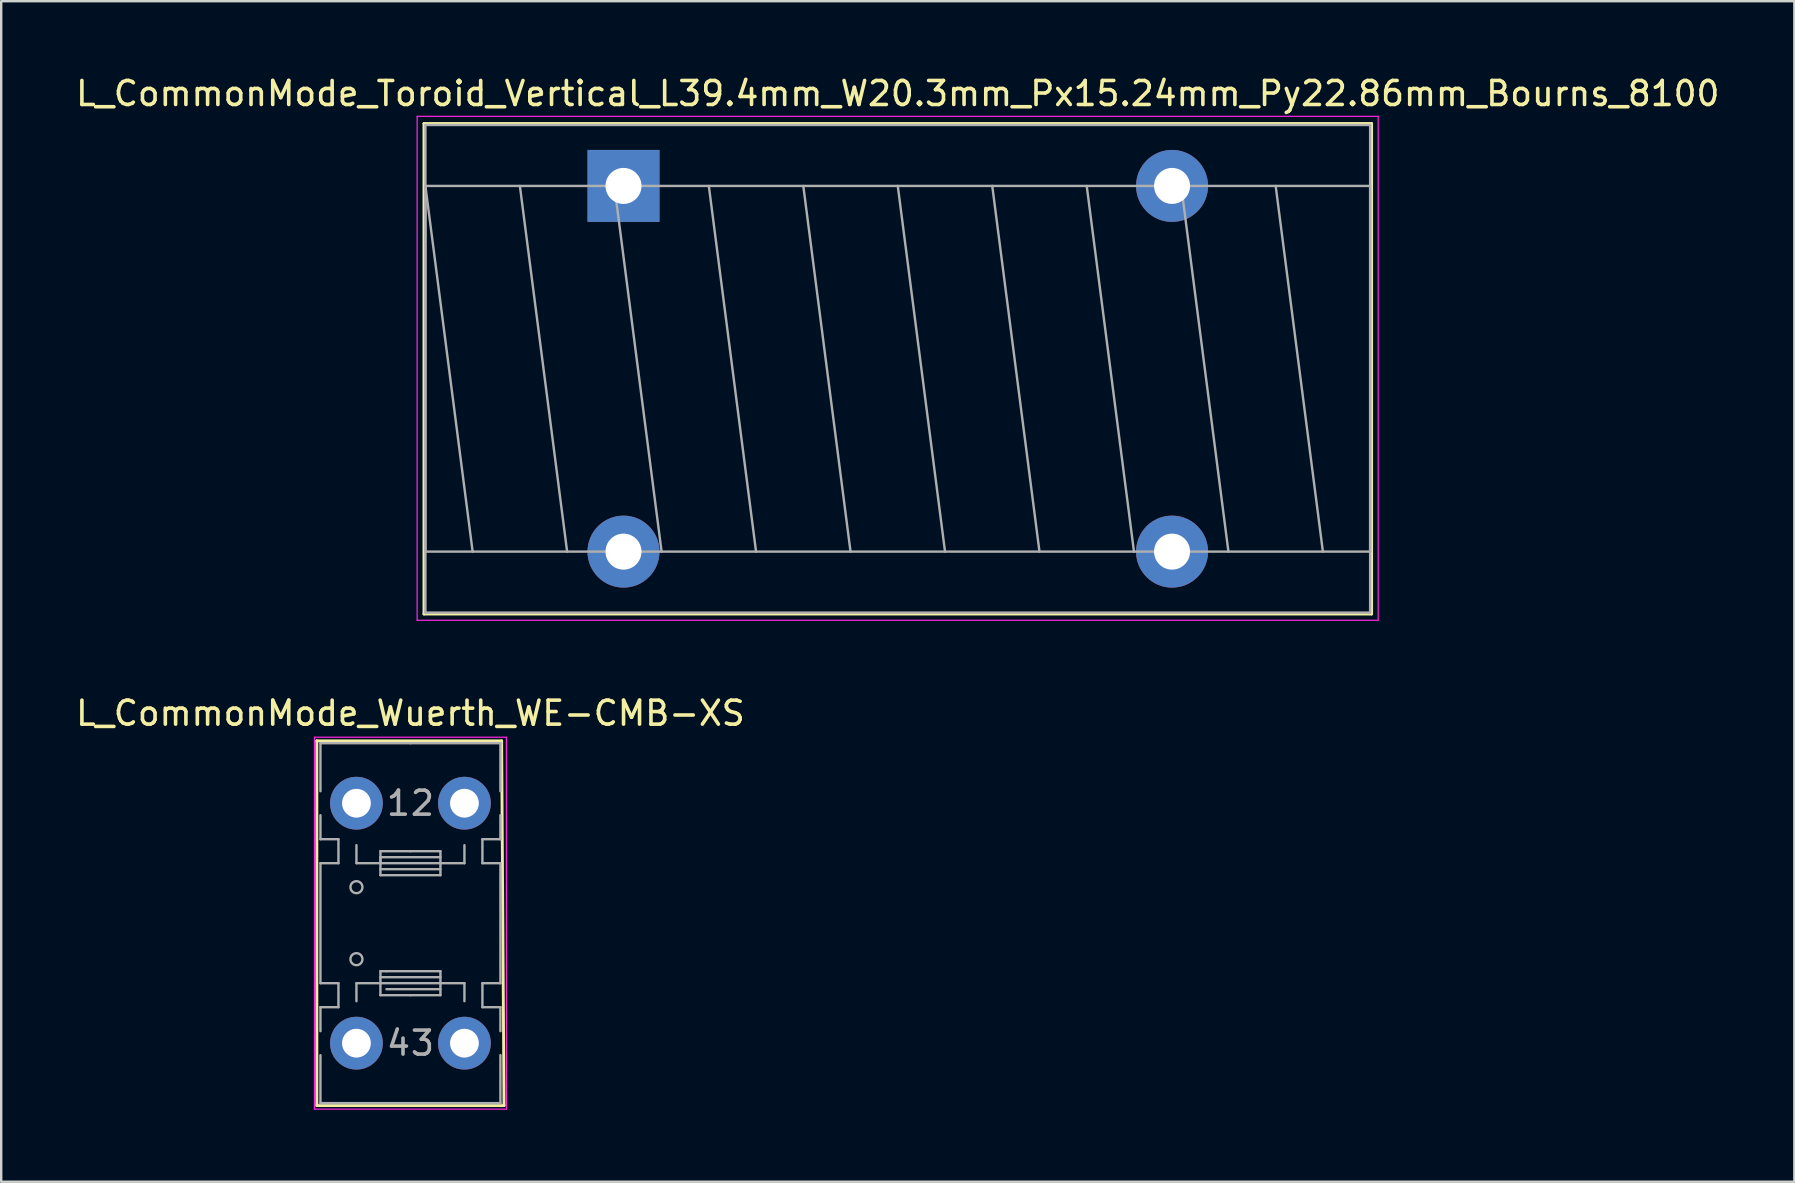
<source format=kicad_pcb>
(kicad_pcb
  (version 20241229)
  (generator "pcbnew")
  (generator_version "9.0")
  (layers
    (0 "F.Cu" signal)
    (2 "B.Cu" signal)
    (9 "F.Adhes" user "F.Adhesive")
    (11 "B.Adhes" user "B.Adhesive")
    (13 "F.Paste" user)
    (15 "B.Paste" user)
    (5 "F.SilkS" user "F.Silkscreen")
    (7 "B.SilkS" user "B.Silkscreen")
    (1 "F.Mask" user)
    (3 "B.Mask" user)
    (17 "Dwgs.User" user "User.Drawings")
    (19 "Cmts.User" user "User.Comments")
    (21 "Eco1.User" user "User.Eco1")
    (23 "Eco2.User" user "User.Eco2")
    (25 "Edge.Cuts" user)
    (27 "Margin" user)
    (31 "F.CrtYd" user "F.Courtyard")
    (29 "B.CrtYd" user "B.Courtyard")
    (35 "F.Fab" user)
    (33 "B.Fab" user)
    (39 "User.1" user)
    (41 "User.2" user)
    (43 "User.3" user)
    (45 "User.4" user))
  (footprint "L_CommonMode_Wuerth_WE-CMB-XS"
    (layer "F.Cu")
    (at 11.804 30.422)
    (property "Reference" "L_CommonMode_Wuerth_WE-CMB-XS" (at 2.25 -3.75 0) (layer "F.SilkS") (effects (font (size 1 1) (thickness 0.15))))
    (attr through_hole)
    (fp_line (start -1.65 -2.6) (end -1.65 12.6) (stroke (width 0.12) (type solid)) (layer "F.SilkS"))
    (fp_line (start -1.65 12.6) (end 6.15 12.6) (stroke (width 0.12) (type solid)) (layer "F.SilkS"))
    (fp_line (start 6.05 -2.6) (end -1.65 -2.6) (stroke (width 0.12) (type solid)) (layer "F.SilkS"))
    (fp_line (start 6.15 12.6) (end 6.05 -2.6) (stroke (width 0.12) (type solid)) (layer "F.SilkS"))
    (fp_line (start -1.75 -2.75) (end -1.75 12.75) (stroke (width 0.05) (type solid)) (layer "F.CrtYd"))
    (fp_line (start -1.75 12.75) (end 6.25 12.75) (stroke (width 0.05) (type solid)) (layer "F.CrtYd"))
    (fp_line (start 6.25 -2.75) (end -1.75 -2.75) (stroke (width 0.05) (type solid)) (layer "F.CrtYd"))
    (fp_line (start 6.25 12.75) (end 6.25 -2.75) (stroke (width 0.05) (type solid)) (layer "F.CrtYd"))
    (fp_line (start -1.5 -2.5) (end 2.25 -2.5) (stroke (width 0.1) (type solid)) (layer "F.Fab"))
    (fp_line (start -1.5 -0.5) (end -1.5 -2.5) (stroke (width 0.1) (type solid)) (layer "F.Fab"))
    (fp_line (start -1.5 1.5) (end -1.5 0.5) (stroke (width 0.1) (type solid)) (layer "F.Fab"))
    (fp_line (start -1.5 2.5) (end -0.75 2.5) (stroke (width 0.1) (type solid)) (layer "F.Fab"))
    (fp_line (start -1.5 7.5) (end -1.5 2.5) (stroke (width 0.1) (type solid)) (layer "F.Fab"))
    (fp_line (start -1.5 8.5) (end -0.75 8.5) (stroke (width 0.1) (type solid)) (layer "F.Fab"))
    (fp_line (start -1.5 9.5) (end -1.5 8.5) (stroke (width 0.1) (type solid)) (layer "F.Fab"))
    (fp_line (start -1.5 12.5) (end -1.5 10.5) (stroke (width 0.1) (type solid)) (layer "F.Fab"))
    (fp_line (start -0.75 1.5) (end -1.5 1.5) (stroke (width 0.1) (type solid)) (layer "F.Fab"))
    (fp_line (start -0.75 2.5) (end -0.75 1.5) (stroke (width 0.1) (type solid)) (layer "F.Fab"))
    (fp_line (start -0.75 7.5) (end -1.5 7.5) (stroke (width 0.1) (type solid)) (layer "F.Fab"))
    (fp_line (start -0.75 8.5) (end -0.75 7.5) (stroke (width 0.1) (type solid)) (layer "F.Fab"))
    (fp_line (start 0 2.5) (end 0 1.75) (stroke (width 0.1) (type solid)) (layer "F.Fab"))
    (fp_line (start 0 7.5) (end 0 8.25) (stroke (width 0.1) (type solid)) (layer "F.Fab"))
    (fp_line (start 1 2) (end 2.25 2) (stroke (width 0.1) (type solid)) (layer "F.Fab"))
    (fp_line (start 1 2.25) (end 1 2.5) (stroke (width 0.1) (type solid)) (layer "F.Fab"))
    (fp_line (start 1 2.5) (end 0 2.5) (stroke (width 0.1) (type solid)) (layer "F.Fab"))
    (fp_line (start 1 2.75) (end 3.5 2.75) (stroke (width 0.1) (type solid)) (layer "F.Fab"))
    (fp_line (start 1 3) (end 1 2) (stroke (width 0.1) (type solid)) (layer "F.Fab"))
    (fp_line (start 1 7) (end 1 8) (stroke (width 0.1) (type solid)) (layer "F.Fab"))
    (fp_line (start 1 7.5) (end 0 7.5) (stroke (width 0.1) (type solid)) (layer "F.Fab"))
    (fp_line (start 1 8) (end 2.25 8) (stroke (width 0.1) (type solid)) (layer "F.Fab"))
    (fp_line (start 1.25 7) (end 1 7) (stroke (width 0.1) (type solid)) (layer "F.Fab"))
    (fp_line (start 2.25 -2.5) (end 6 -2.5) (stroke (width 0.1) (type solid)) (layer "F.Fab"))
    (fp_line (start 2.25 2) (end 3.5 2) (stroke (width 0.1) (type solid)) (layer "F.Fab"))
    (fp_line (start 2.25 8) (end 3.5 8) (stroke (width 0.1) (type solid)) (layer "F.Fab"))
    (fp_line (start 3.5 2) (end 3.5 3) (stroke (width 0.1) (type solid)) (layer "F.Fab"))
    (fp_line (start 3.5 2.25) (end 1 2.25) (stroke (width 0.1) (type solid)) (layer "F.Fab"))
    (fp_line (start 3.5 2.5) (end 1 2.5) (stroke (width 0.1) (type solid)) (layer "F.Fab"))
    (fp_line (start 3.5 2.5) (end 4.5 2.5) (stroke (width 0.1) (type solid)) (layer "F.Fab"))
    (fp_line (start 3.5 3) (end 1 3) (stroke (width 0.1) (type solid)) (layer "F.Fab"))
    (fp_line (start 3.5 7) (end 1.25 7) (stroke (width 0.1) (type solid)) (layer "F.Fab"))
    (fp_line (start 3.5 7.25) (end 1 7.25) (stroke (width 0.1) (type solid)) (layer "F.Fab"))
    (fp_line (start 3.5 7.5) (end 1 7.5) (stroke (width 0.1) (type solid)) (layer "F.Fab"))
    (fp_line (start 3.5 7.5) (end 4.5 7.5) (stroke (width 0.1) (type solid)) (layer "F.Fab"))
    (fp_line (start 3.5 7.75) (end 1.25 7.75) (stroke (width 0.1) (type solid)) (layer "F.Fab"))
    (fp_line (start 3.5 8) (end 3.5 7) (stroke (width 0.1) (type solid)) (layer "F.Fab"))
    (fp_line (start 4.5 2.5) (end 4.5 1.75) (stroke (width 0.1) (type solid)) (layer "F.Fab"))
    (fp_line (start 4.5 7.5) (end 4.5 8.25) (stroke (width 0.1) (type solid)) (layer "F.Fab"))
    (fp_line (start 5.25 1.5) (end 5.25 2.5) (stroke (width 0.1) (type solid)) (layer "F.Fab"))
    (fp_line (start 5.25 2.5) (end 6 2.5) (stroke (width 0.1) (type solid)) (layer "F.Fab"))
    (fp_line (start 5.25 7.5) (end 5.25 8.5) (stroke (width 0.1) (type solid)) (layer "F.Fab"))
    (fp_line (start 5.25 8.5) (end 6 8.5) (stroke (width 0.1) (type solid)) (layer "F.Fab"))
    (fp_line (start 6 -2.5) (end 6 -0.5) (stroke (width 0.1) (type solid)) (layer "F.Fab"))
    (fp_line (start 6 0.5) (end 6 1.5) (stroke (width 0.1) (type solid)) (layer "F.Fab"))
    (fp_line (start 6 1.5) (end 5.25 1.5) (stroke (width 0.1) (type solid)) (layer "F.Fab"))
    (fp_line (start 6 2.5) (end 6 7.5) (stroke (width 0.1) (type solid)) (layer "F.Fab"))
    (fp_line (start 6 7.5) (end 5.25 7.5) (stroke (width 0.1) (type solid)) (layer "F.Fab"))
    (fp_line (start 6 8.5) (end 6 9.5) (stroke (width 0.1) (type solid)) (layer "F.Fab"))
    (fp_line (start 6 10.5) (end 6 12.5) (stroke (width 0.1) (type solid)) (layer "F.Fab"))
    (fp_line (start 6 12.5) (end -1.5 12.5) (stroke (width 0.1) (type solid)) (layer "F.Fab"))
    (fp_circle (center 0 3.5) (end 0.25 3.5) (stroke (width 0.1) (type solid)) (fill no) (layer "F.Fab"))
    (fp_circle (center 0 6.5) (end 0 6.25) (stroke (width 0.1) (type solid)) (fill no) (layer "F.Fab"))
    (fp_text user "3" (at 2.75 10 0) (layer "F.Fab") (effects (font (size 1 1) (thickness 0.15))))
    (fp_text user "4" (at 1.75 10 0) (layer "F.Fab") (effects (font (size 1 1) (thickness 0.15))))
    (fp_text user "2" (at 2.75 0 0) (layer "F.Fab") (effects (font (size 1 1) (thickness 0.15))))
    (fp_text user "1" (at 1.75 0 0) (layer "F.Fab") (effects (font (size 1 1) (thickness 0.15))))
    (pad "1" thru_hole circle (at 0 0) (size 2.2 2.2) (drill 1.2) (layers "*.Cu" "*.Mask"))
    (pad "2" thru_hole circle (at 4.5 0) (size 2.2 2.2) (drill 1.2) (layers "*.Cu" "*.Mask"))
    (pad "3" thru_hole circle (at 4.5 10) (size 2.2 2.2) (drill 1.2) (layers "*.Cu" "*.Mask"))
    (pad "4" thru_hole circle (at 0 10) (size 2.2 2.2) (drill 1.2) (layers "*.Cu" "*.Mask")))
  (footprint "L_CommonMode_Toroid_Vertical_L39.4mm_W20.3mm_Px15.24mm_Py22.86mm_Bourns_8100"
    (layer "F.Cu")
    (at 22.933 4.698)
    (property "Reference" "L_CommonMode_Toroid_Vertical_L39.4mm_W20.3mm_Px15.24mm_Py22.86mm_Bourns_8100" (at 11.43 -3.85 0) (layer "F.SilkS") (effects (font (size 1 1) (thickness 0.15))))
    (attr through_hole)
    (fp_line (start -8.315 -2.6) (end -8.315 17.84) (stroke (width 0.12) (type solid)) (layer "F.SilkS"))
    (fp_line (start -8.315 -2.6) (end 31.175 -2.6) (stroke (width 0.12) (type solid)) (layer "F.SilkS"))
    (fp_line (start -8.315 17.84) (end 31.175 17.84) (stroke (width 0.12) (type solid)) (layer "F.SilkS"))
    (fp_line (start 31.175 -2.6) (end 31.175 17.84) (stroke (width 0.12) (type solid)) (layer "F.SilkS"))
    (fp_line (start -8.6 -2.9) (end -8.6 18.1) (stroke (width 0.05) (type solid)) (layer "F.CrtYd"))
    (fp_line (start -8.6 18.1) (end 31.45 18.1) (stroke (width 0.05) (type solid)) (layer "F.CrtYd"))
    (fp_line (start 31.45 -2.9) (end -8.6 -2.9) (stroke (width 0.05) (type solid)) (layer "F.CrtYd"))
    (fp_line (start 31.45 18.1) (end 31.45 -2.9) (stroke (width 0.05) (type solid)) (layer "F.CrtYd"))
    (fp_line (start -8.255 -2.54) (end -8.255 17.78) (stroke (width 0.1) (type solid)) (layer "F.Fab"))
    (fp_line (start -8.255 0) (end -8.255 15.24) (stroke (width 0.1) (type solid)) (layer "F.Fab"))
    (fp_line (start -8.255 0) (end -6.287 15.24) (stroke (width 0.1) (type solid)) (layer "F.Fab"))
    (fp_line (start -8.255 15.24) (end 31.115 15.24) (stroke (width 0.1) (type solid)) (layer "F.Fab"))
    (fp_line (start -8.255 17.78) (end 31.115 17.78) (stroke (width 0.1) (type solid)) (layer "F.Fab"))
    (fp_line (start -4.318 0) (end -2.349 15.24) (stroke (width 0.1) (type solid)) (layer "F.Fab"))
    (fp_line (start -0.381 0) (end 1.587 15.24) (stroke (width 0.1) (type solid)) (layer "F.Fab"))
    (fp_line (start 3.556 0) (end 5.524 15.24) (stroke (width 0.1) (type solid)) (layer "F.Fab"))
    (fp_line (start 7.493 0) (end 9.461 15.24) (stroke (width 0.1) (type solid)) (layer "F.Fab"))
    (fp_line (start 11.43 0) (end 13.399 15.24) (stroke (width 0.1) (type solid)) (layer "F.Fab"))
    (fp_line (start 15.367 0) (end 17.335 15.24) (stroke (width 0.1) (type solid)) (layer "F.Fab"))
    (fp_line (start 19.304 0) (end 21.273 15.24) (stroke (width 0.1) (type solid)) (layer "F.Fab"))
    (fp_line (start 23.241 0) (end 25.209 15.24) (stroke (width 0.1) (type solid)) (layer "F.Fab"))
    (fp_line (start 27.178 0) (end 29.146 15.24) (stroke (width 0.1) (type solid)) (layer "F.Fab"))
    (fp_line (start 31.115 -2.54) (end -8.255 -2.54) (stroke (width 0.1) (type solid)) (layer "F.Fab"))
    (fp_line (start 31.115 0) (end -8.255 0) (stroke (width 0.1) (type solid)) (layer "F.Fab"))
    (fp_line (start 31.115 15.24) (end 31.115 0) (stroke (width 0.1) (type solid)) (layer "F.Fab"))
    (fp_line (start 31.115 17.78) (end 31.115 -2.54) (stroke (width 0.1) (type solid)) (layer "F.Fab"))
    (pad "1" thru_hole rect (at 0 0) (size 3 3) (drill 1.5) (layers "*.Cu" "*.Mask"))
    (pad "2" thru_hole circle (at 0 15.24) (size 3 3) (drill 1.5) (layers "*.Cu" "*.Mask"))
    (pad "3" thru_hole circle (at 22.86 15.24) (size 3 3) (drill 1.5) (layers "*.Cu" "*.Mask"))
    (pad "4" thru_hole circle (at 22.86 0) (size 3 3) (drill 1.5) (layers "*.Cu" "*.Mask")))
  (gr_rect
    (start -3 -3)
    (end 71.726 46.197)
    (stroke (width 0.1) (type default))
    (fill no)
    (layer "Edge.Cuts")))
</source>
